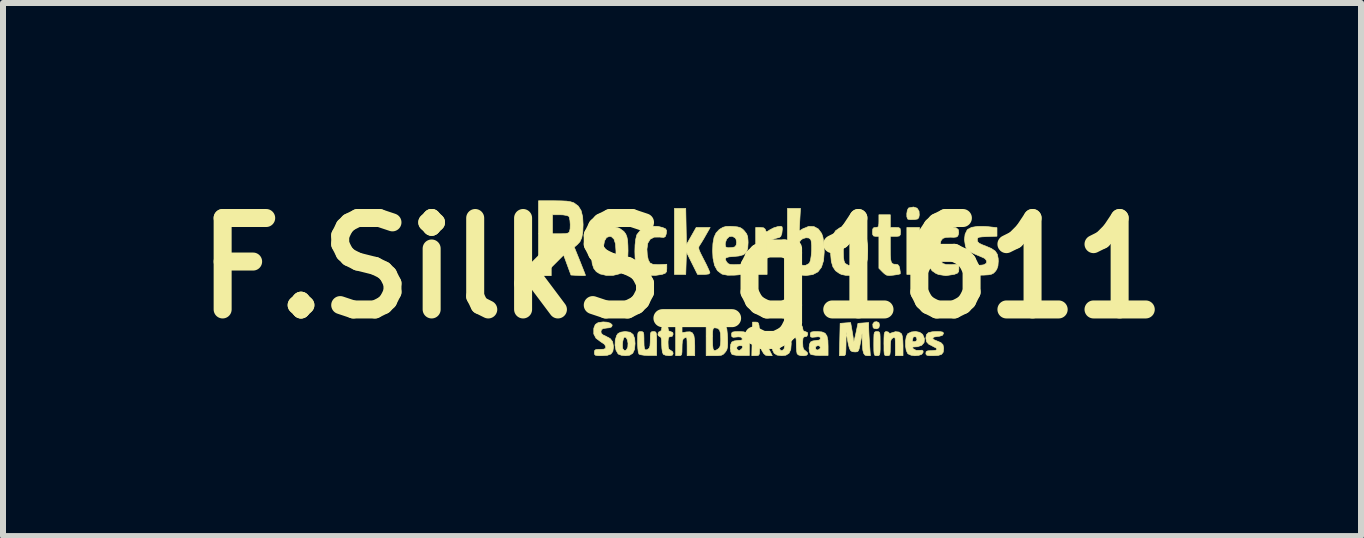
<source format=kicad_pcb>
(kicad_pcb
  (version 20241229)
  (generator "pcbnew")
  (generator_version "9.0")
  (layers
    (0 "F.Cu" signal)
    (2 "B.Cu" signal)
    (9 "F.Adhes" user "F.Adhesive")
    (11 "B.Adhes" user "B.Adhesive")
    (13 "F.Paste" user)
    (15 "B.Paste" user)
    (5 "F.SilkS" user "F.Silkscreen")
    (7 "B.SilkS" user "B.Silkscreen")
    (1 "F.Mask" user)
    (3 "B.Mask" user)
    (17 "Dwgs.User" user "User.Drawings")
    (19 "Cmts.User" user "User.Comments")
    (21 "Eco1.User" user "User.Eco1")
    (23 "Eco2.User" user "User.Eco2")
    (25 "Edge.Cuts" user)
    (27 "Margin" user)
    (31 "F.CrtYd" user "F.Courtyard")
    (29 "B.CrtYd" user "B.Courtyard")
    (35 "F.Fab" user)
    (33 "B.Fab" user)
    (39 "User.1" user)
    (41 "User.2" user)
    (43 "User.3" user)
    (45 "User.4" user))
  (footprint "F.SilkS_g1611"
    (layer "F.Cu")
    (at 8.317 1.418)
    (property "Reference" "F.SilkS_g1611" (at 0 0 0) (layer "F.SilkS") (effects (font (size 1.524 1.524) (thickness 0.3))))
    (attr through_hole)
    (fp_poly (pts (xy 3.958 0.106) (xy 3.747 0.106) (xy 3.747 -0.677) (xy 3.958 -0.677) (xy 3.958 0.106)) (stroke (width 0.01) (type solid)) (fill yes) (layer "F.SilkS"))
    (fp_poly (pts (xy 3.282 0.911) (xy 3.291 0.953) (xy 3.28 0.996) (xy 3.244 1.012) (xy 3.199 1.005) (xy 3.183 0.986) (xy 3.179 0.933) (xy 3.204 0.899) (xy 3.244 0.893) (xy 3.282 0.911)) (stroke (width 0.01) (type solid)) (fill yes) (layer "F.SilkS"))
    (fp_poly (pts (xy 3.917 -0.999) (xy 3.95 -0.949) (xy 3.954 -0.885) (xy 3.946 -0.84) (xy 3.925 -0.818) (xy 3.878 -0.81) (xy 3.862 -0.809) (xy 3.805 -0.808) (xy 3.767 -0.814) (xy 3.762 -0.817) (xy 3.747 -0.854) (xy 3.746 -0.908) (xy 3.755 -0.962) (xy 3.773 -0.999) (xy 3.78 -1.003) (xy 3.858 -1.018) (xy 3.917 -0.999)) (stroke (width 0.01) (type solid)) (fill yes) (layer "F.SilkS"))
    (fp_poly (pts (xy 1.668 -0.686) (xy 1.672 -0.654) (xy 1.664 -0.579) (xy 1.645 -0.527) (xy 1.617 -0.508) (xy 1.581 -0.501) (xy 1.524 -0.482) (xy 1.503 -0.474) (xy 1.418 -0.44) (xy 1.418 0.106) (xy 1.228 0.106) (xy 1.228 -0.677) (xy 1.304 -0.677) (xy 1.36 -0.671) (xy 1.386 -0.648) (xy 1.391 -0.635) (xy 1.4 -0.609) (xy 1.416 -0.606) (xy 1.45 -0.628) (xy 1.463 -0.637) (xy 1.529 -0.671) (xy 1.598 -0.692) (xy 1.647 -0.697) (xy 1.668 -0.686)) (stroke (width 0.01) (type solid)) (fill yes) (layer "F.SilkS"))
    (fp_poly (pts (xy 3.274 1.06) (xy 3.289 1.069) (xy 3.298 1.095) (xy 3.301 1.144) (xy 3.302 1.225) (xy 3.302 1.259) (xy 3.302 1.353) (xy 3.299 1.411) (xy 3.292 1.444) (xy 3.279 1.457) (xy 3.258 1.46) (xy 3.249 1.46) (xy 3.225 1.459) (xy 3.209 1.45) (xy 3.201 1.424) (xy 3.197 1.375) (xy 3.196 1.293) (xy 3.196 1.259) (xy 3.197 1.166) (xy 3.199 1.108) (xy 3.206 1.075) (xy 3.219 1.062) (xy 3.24 1.058) (xy 3.249 1.058) (xy 3.274 1.06)) (stroke (width 0.01) (type solid)) (fill yes) (layer "F.SilkS"))
    (fp_poly (pts (xy 0.074 -0.392) (xy 0.155 -0.534) (xy 0.236 -0.677) (xy 0.469 -0.677) (xy 0.4 -0.556) (xy 0.359 -0.484) (xy 0.32 -0.42) (xy 0.297 -0.384) (xy 0.282 -0.36) (xy 0.278 -0.336) (xy 0.285 -0.302) (xy 0.307 -0.251) (xy 0.346 -0.174) (xy 0.363 -0.141) (xy 0.406 -0.057) (xy 0.439 0.014) (xy 0.46 0.063) (xy 0.465 0.079) (xy 0.445 0.098) (xy 0.384 0.106) (xy 0.362 0.106) (xy 0.259 0.106) (xy 0.074 -0.265) (xy 0.062 0.106) (xy -0.127 0.106) (xy -0.127 -0.995) (xy 0.062 -0.995) (xy 0.074 -0.392)) (stroke (width 0.01) (type solid)) (fill yes) (layer "F.SilkS"))
    (fp_poly (pts (xy -0.02 0.893) (xy -0.005 0.913) (xy -0.000171 0.959) (xy 0 0.983) (xy 0 1.077) (xy 0.077 1.064) (xy 0.135 1.062) (xy 0.174 1.081) (xy 0.198 1.126) (xy 0.209 1.202) (xy 0.212 1.295) (xy 0.212 1.46) (xy 0.085 1.46) (xy 0.085 1.301) (xy 0.084 1.221) (xy 0.081 1.175) (xy 0.072 1.156) (xy 0.056 1.158) (xy 0.042 1.164) (xy 0.019 1.183) (xy 0.006 1.217) (xy 0.001 1.275) (xy 0 1.324) (xy -0.001 1.397) (xy -0.006 1.438) (xy -0.02 1.456) (xy -0.045 1.46) (xy -0.053 1.46) (xy -0.106 1.46) (xy -0.106 0.889) (xy -0.053 0.889) (xy -0.02 0.893)) (stroke (width 0.01) (type solid)) (fill yes) (layer "F.SilkS"))
    (fp_poly (pts (xy 1.256 0.903) (xy 1.273 0.918) (xy 1.283 0.955) (xy 1.29 1.023) (xy 1.292 1.037) (xy 1.298 1.11) (xy 1.304 1.146) (xy 1.312 1.15) (xy 1.326 1.128) (xy 1.332 1.117) (xy 1.369 1.071) (xy 1.422 1.058) (xy 1.462 1.061) (xy 1.478 1.073) (xy 1.469 1.104) (xy 1.437 1.163) (xy 1.393 1.242) (xy 1.448 1.351) (xy 1.504 1.46) (xy 1.44 1.46) (xy 1.394 1.453) (xy 1.36 1.423) (xy 1.335 1.381) (xy 1.293 1.302) (xy 1.292 1.381) (xy 1.288 1.433) (xy 1.272 1.455) (xy 1.234 1.46) (xy 1.227 1.46) (xy 1.163 1.46) (xy 1.169 1.18) (xy 1.175 0.9) (xy 1.228 0.9) (xy 1.256 0.903)) (stroke (width 0.01) (type solid)) (fill yes) (layer "F.SilkS"))
    (fp_poly (pts (xy 1.739 1.07) (xy 1.788 1.107) (xy 1.814 1.174) (xy 1.82 1.259) (xy 1.812 1.357) (xy 1.783 1.419) (xy 1.73 1.452) (xy 1.664 1.46) (xy 1.583 1.45) (xy 1.536 1.42) (xy 1.511 1.371) (xy 1.5 1.292) (xy 1.5 1.259) (xy 1.609 1.259) (xy 1.617 1.328) (xy 1.641 1.369) (xy 1.662 1.376) (xy 1.692 1.359) (xy 1.702 1.342) (xy 1.715 1.28) (xy 1.711 1.217) (xy 1.695 1.167) (xy 1.667 1.143) (xy 1.662 1.143) (xy 1.63 1.162) (xy 1.612 1.215) (xy 1.609 1.259) (xy 1.5 1.259) (xy 1.508 1.163) (xy 1.534 1.102) (xy 1.584 1.068) (xy 1.661 1.058) (xy 1.664 1.058) (xy 1.739 1.07)) (stroke (width 0.01) (type solid)) (fill yes) (layer "F.SilkS"))
    (fp_poly (pts (xy -0.865 1.069) (xy -0.816 1.106) (xy -0.79 1.172) (xy -0.783 1.259) (xy -0.792 1.356) (xy -0.821 1.419) (xy -0.873 1.452) (xy -0.942 1.46) (xy -1.011 1.453) (xy -1.06 1.434) (xy -1.066 1.429) (xy -1.101 1.368) (xy -1.116 1.287) (xy -1.116 1.283) (xy -0.994 1.283) (xy -0.99 1.335) (xy -0.986 1.346) (xy -0.962 1.374) (xy -0.932 1.368) (xy -0.908 1.331) (xy -0.903 1.312) (xy -0.9 1.253) (xy -0.911 1.197) (xy -0.932 1.158) (xy -0.958 1.148) (xy -0.976 1.173) (xy -0.988 1.223) (xy -0.994 1.283) (xy -1.116 1.283) (xy -1.113 1.2) (xy -1.09 1.124) (xy -1.067 1.091) (xy -1.022 1.068) (xy -0.952 1.058) (xy -0.942 1.058) (xy -0.865 1.069)) (stroke (width 0.01) (type solid)) (fill yes) (layer "F.SilkS"))
    (fp_poly (pts (xy -0.452 1.06) (xy -0.436 1.069) (xy -0.428 1.095) (xy -0.424 1.145) (xy -0.423 1.227) (xy -0.423 1.257) (xy -0.423 1.456) (xy -0.558 1.457) (xy -0.632 1.453) (xy -0.69 1.444) (xy -0.717 1.434) (xy -0.729 1.401) (xy -0.737 1.336) (xy -0.741 1.249) (xy -0.741 1.234) (xy -0.74 1.148) (xy -0.737 1.096) (xy -0.729 1.069) (xy -0.712 1.06) (xy -0.688 1.058) (xy -0.66 1.061) (xy -0.644 1.074) (xy -0.637 1.107) (xy -0.635 1.169) (xy -0.635 1.203) (xy -0.633 1.291) (xy -0.626 1.342) (xy -0.611 1.364) (xy -0.585 1.361) (xy -0.569 1.353) (xy -0.546 1.333) (xy -0.534 1.297) (xy -0.53 1.234) (xy -0.529 1.195) (xy -0.528 1.121) (xy -0.523 1.08) (xy -0.51 1.063) (xy -0.484 1.058) (xy -0.476 1.058) (xy -0.452 1.06)) (stroke (width 0.01) (type solid)) (fill yes) (layer "F.SilkS"))
    (fp_poly (pts (xy 1.998 0.961) (xy 2.011 0.996) (xy 2.011 1.005) (xy 2.021 1.047) (xy 2.053 1.058) (xy 2.089 1.073) (xy 2.095 1.101) (xy 2.081 1.136) (xy 2.053 1.143) (xy 2.028 1.149) (xy 2.015 1.172) (xy 2.011 1.225) (xy 2.011 1.248) (xy 2.015 1.317) (xy 2.029 1.356) (xy 2.053 1.376) (xy 2.087 1.406) (xy 2.095 1.429) (xy 2.078 1.451) (xy 2.035 1.461) (xy 1.984 1.46) (xy 1.939 1.447) (xy 1.918 1.427) (xy 1.911 1.388) (xy 1.906 1.324) (xy 1.905 1.268) (xy 1.903 1.195) (xy 1.894 1.156) (xy 1.876 1.143) (xy 1.873 1.143) (xy 1.847 1.125) (xy 1.841 1.101) (xy 1.855 1.066) (xy 1.873 1.058) (xy 1.899 1.04) (xy 1.905 1.005) (xy 1.914 0.965) (xy 1.948 0.953) (xy 1.958 0.953) (xy 1.998 0.961)) (stroke (width 0.01) (type solid)) (fill yes) (layer "F.SilkS"))
    (fp_poly (pts (xy 0.627 0.913) (xy 0.689 0.928) (xy 0.726 0.96) (xy 0.747 1.017) (xy 0.756 1.107) (xy 0.759 1.157) (xy 0.761 1.25) (xy 0.758 1.312) (xy 0.749 1.354) (xy 0.731 1.388) (xy 0.72 1.402) (xy 0.691 1.434) (xy 0.657 1.452) (xy 0.607 1.459) (xy 0.538 1.46) (xy 0.402 1.46) (xy 0.402 1.185) (xy 0.508 1.185) (xy 0.51 1.284) (xy 0.517 1.345) (xy 0.533 1.374) (xy 0.56 1.373) (xy 0.601 1.349) (xy 0.604 1.346) (xy 0.628 1.321) (xy 0.64 1.281) (xy 0.645 1.216) (xy 0.645 1.175) (xy 0.641 1.086) (xy 0.625 1.031) (xy 0.594 1.003) (xy 0.545 0.995) (xy 0.527 1) (xy 0.516 1.019) (xy 0.51 1.061) (xy 0.508 1.133) (xy 0.508 1.185) (xy 0.402 1.185) (xy 0.402 0.91) (xy 0.536 0.91) (xy 0.627 0.913)) (stroke (width 0.01) (type solid)) (fill yes) (layer "F.SilkS"))
    (fp_poly (pts (xy 3.442 1.068) (xy 3.45 1.08) (xy 3.463 1.091) (xy 3.491 1.08) (xy 3.557 1.06) (xy 3.618 1.066) (xy 3.659 1.096) (xy 3.661 1.099) (xy 3.672 1.14) (xy 3.68 1.209) (xy 3.683 1.291) (xy 3.683 1.3) (xy 3.683 1.46) (xy 3.556 1.46) (xy 3.556 1.301) (xy 3.555 1.221) (xy 3.552 1.175) (xy 3.543 1.156) (xy 3.527 1.158) (xy 3.514 1.164) (xy 3.49 1.183) (xy 3.477 1.217) (xy 3.472 1.275) (xy 3.471 1.324) (xy 3.47 1.397) (xy 3.465 1.438) (xy 3.452 1.456) (xy 3.427 1.46) (xy 3.418 1.46) (xy 3.394 1.459) (xy 3.378 1.45) (xy 3.37 1.424) (xy 3.366 1.375) (xy 3.366 1.293) (xy 3.365 1.259) (xy 3.366 1.166) (xy 3.369 1.107) (xy 3.376 1.075) (xy 3.389 1.061) (xy 3.408 1.058) (xy 3.442 1.068)) (stroke (width 0.01) (type solid)) (fill yes) (layer "F.SilkS"))
    (fp_poly (pts (xy 4.309 1.06) (xy 4.345 1.067) (xy 4.357 1.082) (xy 4.356 1.095) (xy 4.338 1.122) (xy 4.289 1.136) (xy 4.258 1.139) (xy 4.197 1.15) (xy 4.177 1.169) (xy 4.197 1.193) (xy 4.245 1.213) (xy 4.314 1.242) (xy 4.349 1.278) (xy 4.36 1.331) (xy 4.36 1.342) (xy 4.353 1.402) (xy 4.325 1.438) (xy 4.269 1.456) (xy 4.187 1.46) (xy 4.117 1.459) (xy 4.08 1.452) (xy 4.066 1.435) (xy 4.064 1.418) (xy 4.07 1.392) (xy 4.096 1.379) (xy 4.152 1.376) (xy 4.159 1.376) (xy 4.225 1.37) (xy 4.251 1.355) (xy 4.235 1.332) (xy 4.177 1.302) (xy 4.176 1.301) (xy 4.11 1.267) (xy 4.076 1.229) (xy 4.065 1.175) (xy 4.064 1.163) (xy 4.073 1.11) (xy 4.105 1.077) (xy 4.167 1.062) (xy 4.239 1.058) (xy 4.309 1.06)) (stroke (width 0.01) (type solid)) (fill yes) (layer "F.SilkS"))
    (fp_poly (pts (xy 4.484 -0.691) (xy 4.498 -0.689) (xy 4.57 -0.671) (xy 4.606 -0.639) (xy 4.611 -0.589) (xy 4.606 -0.562) (xy 4.595 -0.533) (xy 4.573 -0.518) (xy 4.529 -0.513) (xy 4.475 -0.515) (xy 4.397 -0.512) (xy 4.345 -0.494) (xy 4.315 -0.455) (xy 4.3 -0.386) (xy 4.297 -0.286) (xy 4.3 -0.183) (xy 4.315 -0.116) (xy 4.346 -0.077) (xy 4.399 -0.06) (xy 4.479 -0.058) (xy 4.486 -0.058) (xy 4.614 -0.064) (xy 4.614 0.009) (xy 4.61 0.059) (xy 4.589 0.085) (xy 4.539 0.104) (xy 4.535 0.105) (xy 4.398 0.126) (xy 4.278 0.108) (xy 4.233 0.09) (xy 4.168 0.045) (xy 4.124 -0.019) (xy 4.097 -0.109) (xy 4.086 -0.23) (xy 4.085 -0.281) (xy 4.094 -0.433) (xy 4.123 -0.548) (xy 4.174 -0.629) (xy 4.25 -0.678) (xy 4.352 -0.698) (xy 4.484 -0.691)) (stroke (width 0.01) (type solid)) (fill yes) (layer "F.SilkS"))
    (fp_poly (pts (xy -0.245 0.961) (xy -0.233 0.996) (xy -0.233 1.005) (xy -0.223 1.047) (xy -0.191 1.058) (xy -0.155 1.073) (xy -0.148 1.101) (xy -0.163 1.136) (xy -0.191 1.143) (xy -0.216 1.148) (xy -0.228 1.172) (xy -0.233 1.223) (xy -0.233 1.251) (xy -0.23 1.317) (xy -0.219 1.352) (xy -0.196 1.368) (xy -0.191 1.37) (xy -0.156 1.396) (xy -0.148 1.421) (xy -0.158 1.449) (xy -0.195 1.46) (xy -0.218 1.46) (xy -0.274 1.453) (xy -0.313 1.436) (xy -0.313 1.435) (xy -0.327 1.401) (xy -0.336 1.337) (xy -0.339 1.276) (xy -0.341 1.201) (xy -0.349 1.159) (xy -0.364 1.144) (xy -0.37 1.143) (xy -0.396 1.125) (xy -0.402 1.101) (xy -0.389 1.066) (xy -0.37 1.058) (xy -0.345 1.04) (xy -0.339 1.005) (xy -0.33 0.965) (xy -0.296 0.953) (xy -0.286 0.953) (xy -0.245 0.961)) (stroke (width 0.01) (type solid)) (fill yes) (layer "F.SilkS"))
    (fp_poly (pts (xy -0.4 -0.695) (xy -0.321 -0.675) (xy -0.274 -0.654) (xy -0.257 -0.624) (xy -0.263 -0.572) (xy -0.268 -0.554) (xy -0.281 -0.523) (xy -0.306 -0.511) (xy -0.357 -0.515) (xy -0.368 -0.517) (xy -0.462 -0.516) (xy -0.53 -0.482) (xy -0.571 -0.415) (xy -0.585 -0.315) (xy -0.579 -0.218) (xy -0.562 -0.135) (xy -0.534 -0.086) (xy -0.484 -0.062) (xy -0.404 -0.058) (xy -0.383 -0.058) (xy -0.254 -0.064) (xy -0.254 0.009) (xy -0.258 0.059) (xy -0.279 0.085) (xy -0.329 0.104) (xy -0.333 0.105) (xy -0.443 0.122) (xy -0.556 0.12) (xy -0.603 0.112) (xy -0.674 0.075) (xy -0.736 0.004) (xy -0.755 -0.027) (xy -0.772 -0.087) (xy -0.783 -0.176) (xy -0.786 -0.279) (xy -0.783 -0.385) (xy -0.772 -0.48) (xy -0.755 -0.55) (xy -0.751 -0.559) (xy -0.696 -0.628) (xy -0.613 -0.675) (xy -0.511 -0.698) (xy -0.4 -0.695)) (stroke (width 0.01) (type solid)) (fill yes) (layer "F.SilkS"))
    (fp_poly (pts (xy 2.332 1.064) (xy 2.384 1.086) (xy 2.415 1.131) (xy 2.431 1.205) (xy 2.434 1.304) (xy 2.434 1.456) (xy 2.299 1.457) (xy 2.225 1.453) (xy 2.167 1.444) (xy 2.14 1.434) (xy 2.123 1.393) (xy 2.118 1.34) (xy 2.223 1.34) (xy 2.235 1.36) (xy 2.265 1.366) (xy 2.295 1.347) (xy 2.307 1.321) (xy 2.29 1.297) (xy 2.265 1.291) (xy 2.23 1.306) (xy 2.223 1.34) (xy 2.118 1.34) (xy 2.117 1.332) (xy 2.124 1.271) (xy 2.142 1.232) (xy 2.18 1.214) (xy 2.236 1.207) (xy 2.237 1.206) (xy 2.289 1.2) (xy 2.307 1.177) (xy 2.307 1.172) (xy 2.299 1.15) (xy 2.269 1.144) (xy 2.223 1.149) (xy 2.168 1.154) (xy 2.144 1.146) (xy 2.138 1.119) (xy 2.138 1.109) (xy 2.141 1.08) (xy 2.158 1.065) (xy 2.199 1.059) (xy 2.253 1.058) (xy 2.332 1.064)) (stroke (width 0.01) (type solid)) (fill yes) (layer "F.SilkS"))
    (fp_poly (pts (xy 3.96 1.07) (xy 4.008 1.103) (xy 4.01 1.105) (xy 4.041 1.178) (xy 4.034 1.241) (xy 3.993 1.288) (xy 3.922 1.311) (xy 3.901 1.312) (xy 3.853 1.315) (xy 3.841 1.325) (xy 3.854 1.346) (xy 3.902 1.371) (xy 3.953 1.371) (xy 4 1.369) (xy 4.018 1.382) (xy 4.017 1.406) (xy 3.994 1.437) (xy 3.944 1.455) (xy 3.88 1.461) (xy 3.817 1.452) (xy 3.768 1.43) (xy 3.761 1.423) (xy 3.737 1.372) (xy 3.725 1.299) (xy 3.725 1.218) (xy 3.729 1.194) (xy 3.839 1.194) (xy 3.841 1.221) (xy 3.871 1.228) (xy 3.908 1.214) (xy 3.916 1.185) (xy 3.903 1.151) (xy 3.884 1.143) (xy 3.856 1.148) (xy 3.852 1.152) (xy 3.846 1.177) (xy 3.839 1.194) (xy 3.729 1.194) (xy 3.737 1.145) (xy 3.761 1.096) (xy 3.764 1.093) (xy 3.821 1.065) (xy 3.892 1.057) (xy 3.96 1.07)) (stroke (width 0.01) (type solid)) (fill yes) (layer "F.SilkS"))
    (fp_poly (pts (xy 1.025 1.062) (xy 1.074 1.076) (xy 1.103 1.109) (xy 1.117 1.168) (xy 1.122 1.26) (xy 1.122 1.299) (xy 1.122 1.457) (xy 0.988 1.458) (xy 0.912 1.455) (xy 0.854 1.445) (xy 0.829 1.434) (xy 0.811 1.393) (xy 0.805 1.335) (xy 0.909 1.335) (xy 0.924 1.362) (xy 0.954 1.375) (xy 0.99 1.351) (xy 0.991 1.35) (xy 1.014 1.315) (xy 0.999 1.295) (xy 0.963 1.291) (xy 0.921 1.304) (xy 0.909 1.335) (xy 0.805 1.335) (xy 0.805 1.332) (xy 0.812 1.271) (xy 0.83 1.232) (xy 0.867 1.215) (xy 0.924 1.207) (xy 0.935 1.206) (xy 0.986 1.203) (xy 1.005 1.19) (xy 1.002 1.172) (xy 0.981 1.15) (xy 0.938 1.146) (xy 0.907 1.149) (xy 0.854 1.154) (xy 0.831 1.144) (xy 0.826 1.115) (xy 0.826 1.109) (xy 0.828 1.081) (xy 0.844 1.066) (xy 0.882 1.06) (xy 0.952 1.058) (xy 1.025 1.062)) (stroke (width 0.01) (type solid)) (fill yes) (layer "F.SilkS"))
    (fp_poly (pts (xy -1.247 0.902) (xy -1.193 0.919) (xy -1.165 0.946) (xy -1.164 0.954) (xy -1.174 0.98) (xy -1.209 0.994) (xy -1.254 0.999) (xy -1.313 1.007) (xy -1.341 1.025) (xy -1.351 1.053) (xy -1.347 1.086) (xy -1.318 1.113) (xy -1.271 1.135) (xy -1.197 1.175) (xy -1.157 1.227) (xy -1.143 1.304) (xy -1.143 1.32) (xy -1.153 1.389) (xy -1.185 1.432) (xy -1.246 1.454) (xy -1.335 1.46) (xy -1.405 1.459) (xy -1.442 1.453) (xy -1.458 1.437) (xy -1.46 1.408) (xy -1.46 1.408) (xy -1.457 1.375) (xy -1.437 1.359) (xy -1.391 1.355) (xy -1.365 1.355) (xy -1.306 1.352) (xy -1.278 1.34) (xy -1.27 1.315) (xy -1.27 1.313) (xy -1.291 1.271) (xy -1.353 1.229) (xy -1.356 1.227) (xy -1.433 1.17) (xy -1.471 1.098) (xy -1.471 1.009) (xy -1.468 0.996) (xy -1.445 0.94) (xy -1.403 0.912) (xy -1.387 0.907) (xy -1.315 0.897) (xy -1.247 0.902)) (stroke (width 0.01) (type solid)) (fill yes) (layer "F.SilkS"))
    (fp_poly (pts (xy 3.471 -0.677) (xy 3.556 -0.677) (xy 3.61 -0.675) (xy 3.634 -0.661) (xy 3.64 -0.625) (xy 3.641 -0.603) (xy 3.638 -0.556) (xy 3.622 -0.535) (xy 3.581 -0.529) (xy 3.556 -0.529) (xy 3.471 -0.529) (xy 3.471 -0.33) (xy 3.472 -0.219) (xy 3.477 -0.144) (xy 3.488 -0.098) (xy 3.507 -0.073) (xy 3.536 -0.064) (xy 3.556 -0.064) (xy 3.597 -0.057) (xy 3.618 -0.031) (xy 3.629 0.013) (xy 3.637 0.064) (xy 3.637 0.094) (xy 3.636 0.096) (xy 3.613 0.103) (xy 3.561 0.112) (xy 3.52 0.118) (xy 3.453 0.124) (xy 3.41 0.118) (xy 3.374 0.095) (xy 3.345 0.068) (xy 3.281 0.003) (xy 3.281 -0.529) (xy 3.228 -0.529) (xy 3.192 -0.535) (xy 3.177 -0.56) (xy 3.175 -0.603) (xy 3.179 -0.653) (xy 3.197 -0.674) (xy 3.228 -0.677) (xy 3.259 -0.681) (xy 3.275 -0.698) (xy 3.28 -0.741) (xy 3.281 -0.783) (xy 3.281 -0.889) (xy 3.471 -0.889) (xy 3.471 -0.677)) (stroke (width 0.01) (type solid)) (fill yes) (layer "F.SilkS"))
    (fp_poly (pts (xy 3.111 0.99) (xy 3.113 1.05) (xy 3.117 1.136) (xy 3.123 1.233) (xy 3.125 1.267) (xy 3.139 1.46) (xy 3.086 1.46) (xy 3.051 1.452) (xy 3.028 1.423) (xy 3.013 1.368) (xy 3.006 1.279) (xy 3.003 1.209) (xy 3.001 1.09) (xy 2.982 1.196) (xy 2.965 1.288) (xy 2.951 1.347) (xy 2.938 1.38) (xy 2.92 1.394) (xy 2.893 1.397) (xy 2.88 1.397) (xy 2.839 1.393) (xy 2.811 1.377) (xy 2.79 1.339) (xy 2.773 1.274) (xy 2.76 1.207) (xy 2.735 1.069) (xy 2.733 1.265) (xy 2.731 1.356) (xy 2.728 1.414) (xy 2.721 1.445) (xy 2.707 1.458) (xy 2.684 1.46) (xy 2.677 1.46) (xy 2.623 1.46) (xy 2.635 0.921) (xy 2.723 0.914) (xy 2.81 0.908) (xy 2.834 1.043) (xy 2.847 1.12) (xy 2.856 1.185) (xy 2.86 1.219) (xy 2.865 1.219) (xy 2.875 1.184) (xy 2.89 1.122) (xy 2.897 1.09) (xy 2.932 0.921) (xy 3.111 0.908) (xy 3.111 0.99)) (stroke (width 0.01) (type solid)) (fill yes) (layer "F.SilkS"))
    (fp_poly (pts (xy -1.137 -0.693) (xy -1.044 -0.664) (xy -0.97 -0.611) (xy -0.938 -0.568) (xy -0.919 -0.521) (xy -0.907 -0.459) (xy -0.902 -0.373) (xy -0.9 -0.286) (xy -0.905 -0.151) (xy -0.921 -0.052) (xy -0.95 0.019) (xy -0.996 0.068) (xy -1.048 0.097) (xy -1.15 0.122) (xy -1.262 0.122) (xy -1.364 0.098) (xy -1.369 0.096) (xy -1.429 0.059) (xy -1.471 0.005) (xy -1.497 -0.074) (xy -1.51 -0.182) (xy -1.513 -0.286) (xy -1.312 -0.286) (xy -1.304 -0.168) (xy -1.279 -0.089) (xy -1.236 -0.048) (xy -1.206 -0.042) (xy -1.165 -0.059) (xy -1.134 -0.089) (xy -1.111 -0.148) (xy -1.101 -0.244) (xy -1.101 -0.286) (xy -1.109 -0.404) (xy -1.134 -0.483) (xy -1.177 -0.523) (xy -1.206 -0.529) (xy -1.258 -0.51) (xy -1.292 -0.452) (xy -1.31 -0.355) (xy -1.312 -0.286) (xy -1.513 -0.286) (xy -1.511 -0.397) (xy -1.503 -0.476) (xy -1.49 -0.533) (xy -1.475 -0.568) (xy -1.416 -0.635) (xy -1.333 -0.679) (xy -1.236 -0.698) (xy -1.137 -0.693)) (stroke (width 0.01) (type solid)) (fill yes) (layer "F.SilkS"))
    (fp_poly (pts (xy 2.913 -0.678) (xy 2.99 -0.642) (xy 3.044 -0.582) (xy 3.077 -0.492) (xy 3.092 -0.369) (xy 3.094 -0.286) (xy 3.087 -0.143) (xy 3.065 -0.037) (xy 3.024 0.038) (xy 2.961 0.087) (xy 2.873 0.113) (xy 2.822 0.12) (xy 2.73 0.121) (xy 2.66 0.107) (xy 2.625 0.091) (xy 2.559 0.045) (xy 2.515 -0.02) (xy 2.488 -0.11) (xy 2.477 -0.232) (xy 2.477 -0.278) (xy 2.688 -0.278) (xy 2.691 -0.181) (xy 2.7 -0.119) (xy 2.716 -0.081) (xy 2.721 -0.076) (xy 2.775 -0.045) (xy 2.831 -0.053) (xy 2.86 -0.077) (xy 2.878 -0.125) (xy 2.888 -0.213) (xy 2.889 -0.286) (xy 2.885 -0.395) (xy 2.871 -0.467) (xy 2.845 -0.51) (xy 2.804 -0.528) (xy 2.782 -0.529) (xy 2.74 -0.519) (xy 2.712 -0.485) (xy 2.695 -0.421) (xy 2.689 -0.323) (xy 2.688 -0.278) (xy 2.477 -0.278) (xy 2.477 -0.281) (xy 2.485 -0.43) (xy 2.511 -0.543) (xy 2.559 -0.622) (xy 2.629 -0.671) (xy 2.725 -0.693) (xy 2.809 -0.693) (xy 2.913 -0.678)) (stroke (width 0.01) (type solid)) (fill yes) (layer "F.SilkS"))
    (fp_poly (pts (xy -2.133 -1.122) (xy -2.012 -1.12) (xy -1.924 -1.116) (xy -1.861 -1.106) (xy -1.814 -1.092) (xy -1.799 -1.085) (xy -1.729 -1.033) (xy -1.682 -0.958) (xy -1.656 -0.854) (xy -1.649 -0.724) (xy -1.654 -0.599) (xy -1.671 -0.507) (xy -1.701 -0.44) (xy -1.745 -0.392) (xy -1.796 -0.349) (xy -1.702 -0.117) (xy -1.666 -0.026) (xy -1.636 0.049) (xy -1.616 0.101) (xy -1.609 0.122) (xy -1.628 0.125) (xy -1.677 0.125) (xy -1.73 0.123) (xy -1.851 0.116) (xy -1.932 -0.105) (xy -1.965 -0.194) (xy -1.992 -0.267) (xy -2.01 -0.315) (xy -2.017 -0.331) (xy -2.039 -0.337) (xy -2.086 -0.347) (xy -2.101 -0.35) (xy -2.18 -0.365) (xy -2.18 0.127) (xy -2.392 0.127) (xy -2.392 -0.889) (xy -2.159 -0.889) (xy -2.159 -0.572) (xy -2.024 -0.572) (xy -1.944 -0.574) (xy -1.898 -0.584) (xy -1.877 -0.602) (xy -1.876 -0.605) (xy -1.865 -0.657) (xy -1.863 -0.725) (xy -1.868 -0.794) (xy -1.879 -0.847) (xy -1.888 -0.864) (xy -1.922 -0.877) (xy -1.983 -0.887) (xy -2.036 -0.889) (xy -2.159 -0.889) (xy -2.392 -0.889) (xy -2.392 -1.122) (xy -2.133 -1.122)) (stroke (width 0.01) (type solid)) (fill yes) (layer "F.SilkS"))
    (fp_poly (pts (xy 1.953 -0.618) (xy 2.019 -0.658) (xy 2.112 -0.695) (xy 2.198 -0.692) (xy 2.272 -0.652) (xy 2.327 -0.577) (xy 2.347 -0.52) (xy 2.359 -0.449) (xy 2.367 -0.357) (xy 2.37 -0.271) (xy 2.359 -0.126) (xy 2.324 -0.015) (xy 2.265 0.063) (xy 2.18 0.108) (xy 2.065 0.124) (xy 1.921 0.11) (xy 1.889 0.105) (xy 1.828 0.091) (xy 1.785 0.078) (xy 1.778 0.074) (xy 1.771 0.049) (xy 1.765 -0.015) (xy 1.761 -0.114) (xy 1.758 -0.246) (xy 1.757 -0.342) (xy 1.948 -0.342) (xy 1.953 -0.256) (xy 1.96 -0.174) (xy 1.968 -0.107) (xy 1.977 -0.069) (xy 1.978 -0.065) (xy 2.013 -0.044) (xy 2.062 -0.047) (xy 2.11 -0.072) (xy 2.126 -0.089) (xy 2.142 -0.134) (xy 2.153 -0.206) (xy 2.16 -0.292) (xy 2.16 -0.377) (xy 2.153 -0.447) (xy 2.146 -0.475) (xy 2.116 -0.501) (xy 2.067 -0.506) (xy 2.013 -0.491) (xy 1.979 -0.466) (xy 1.96 -0.438) (xy 1.95 -0.4) (xy 1.948 -0.342) (xy 1.757 -0.342) (xy 1.757 -0.406) (xy 1.757 -0.467) (xy 1.757 -0.995) (xy 1.866 -0.995) (xy 1.974 -0.995) (xy 1.953 -0.618)) (stroke (width 0.01) (type solid)) (fill yes) (layer "F.SilkS"))
    (fp_poly (pts (xy 5.055 -0.694) (xy 5.11 -0.689) (xy 5.249 -0.674) (xy 5.249 -0.531) (xy 5.085 -0.525) (xy 5.003 -0.521) (xy 4.954 -0.515) (xy 4.93 -0.504) (xy 4.922 -0.485) (xy 4.921 -0.469) (xy 4.927 -0.44) (xy 4.951 -0.415) (xy 5.001 -0.39) (xy 5.059 -0.368) (xy 5.157 -0.326) (xy 5.22 -0.283) (xy 5.255 -0.23) (xy 5.269 -0.16) (xy 5.271 -0.115) (xy 5.265 -0.035) (xy 5.245 0.021) (xy 5.221 0.055) (xy 5.191 0.085) (xy 5.157 0.102) (xy 5.107 0.112) (xy 5.027 0.117) (xy 5.015 0.117) (xy 4.927 0.119) (xy 4.846 0.117) (xy 4.789 0.113) (xy 4.789 0.113) (xy 4.742 0.102) (xy 4.723 0.076) (xy 4.72 0.03) (xy 4.72 -0.042) (xy 4.852 -0.043) (xy 4.931 -0.045) (xy 4.999 -0.05) (xy 5.032 -0.056) (xy 5.072 -0.081) (xy 5.078 -0.119) (xy 5.051 -0.156) (xy 5.022 -0.173) (xy 4.913 -0.219) (xy 4.836 -0.253) (xy 4.786 -0.28) (xy 4.755 -0.305) (xy 4.736 -0.332) (xy 4.724 -0.366) (xy 4.721 -0.38) (xy 4.707 -0.476) (xy 4.718 -0.565) (xy 4.751 -0.633) (xy 4.763 -0.646) (xy 4.827 -0.679) (xy 4.926 -0.695) (xy 5.055 -0.694)) (stroke (width 0.01) (type solid)) (fill yes) (layer "F.SilkS"))
    (fp_poly (pts (xy 0.844 -0.694) (xy 0.922 -0.687) (xy 0.972 -0.673) (xy 1.011 -0.648) (xy 1.04 -0.618) (xy 1.076 -0.571) (xy 1.094 -0.524) (xy 1.1 -0.458) (xy 1.101 -0.425) (xy 1.095 -0.328) (xy 1.072 -0.262) (xy 1.025 -0.223) (xy 0.949 -0.202) (xy 0.87 -0.194) (xy 0.784 -0.187) (xy 0.736 -0.173) (xy 0.721 -0.151) (xy 0.735 -0.115) (xy 0.75 -0.094) (xy 0.772 -0.072) (xy 0.806 -0.06) (xy 0.862 -0.057) (xy 0.927 -0.059) (xy 1.075 -0.065) (xy 1.084 0.001) (xy 1.084 0.047) (xy 1.064 0.079) (xy 1.017 0.1) (xy 0.937 0.113) (xy 0.872 0.118) (xy 0.761 0.119) (xy 0.68 0.104) (xy 0.661 0.097) (xy 0.59 0.043) (xy 0.542 -0.044) (xy 0.516 -0.165) (xy 0.51 -0.286) (xy 0.514 -0.393) (xy 0.72 -0.393) (xy 0.726 -0.354) (xy 0.756 -0.34) (xy 0.781 -0.339) (xy 0.839 -0.343) (xy 0.877 -0.352) (xy 0.902 -0.381) (xy 0.91 -0.43) (xy 0.9 -0.481) (xy 0.885 -0.504) (xy 0.835 -0.531) (xy 0.785 -0.523) (xy 0.745 -0.485) (xy 0.722 -0.423) (xy 0.72 -0.393) (xy 0.514 -0.393) (xy 0.516 -0.416) (xy 0.534 -0.514) (xy 0.567 -0.585) (xy 0.617 -0.639) (xy 0.635 -0.652) (xy 0.684 -0.68) (xy 0.734 -0.694) (xy 0.8 -0.696) (xy 0.844 -0.694)) (stroke (width 0.01) (type solid)) (fill yes) (layer "F.SilkS")))
  (gr_rect
    (start -3 -3)
    (end 19.633 5.884)
    (stroke (width 0.1) (type default))
    (fill no)
    (layer "Edge.Cuts")))
</source>
